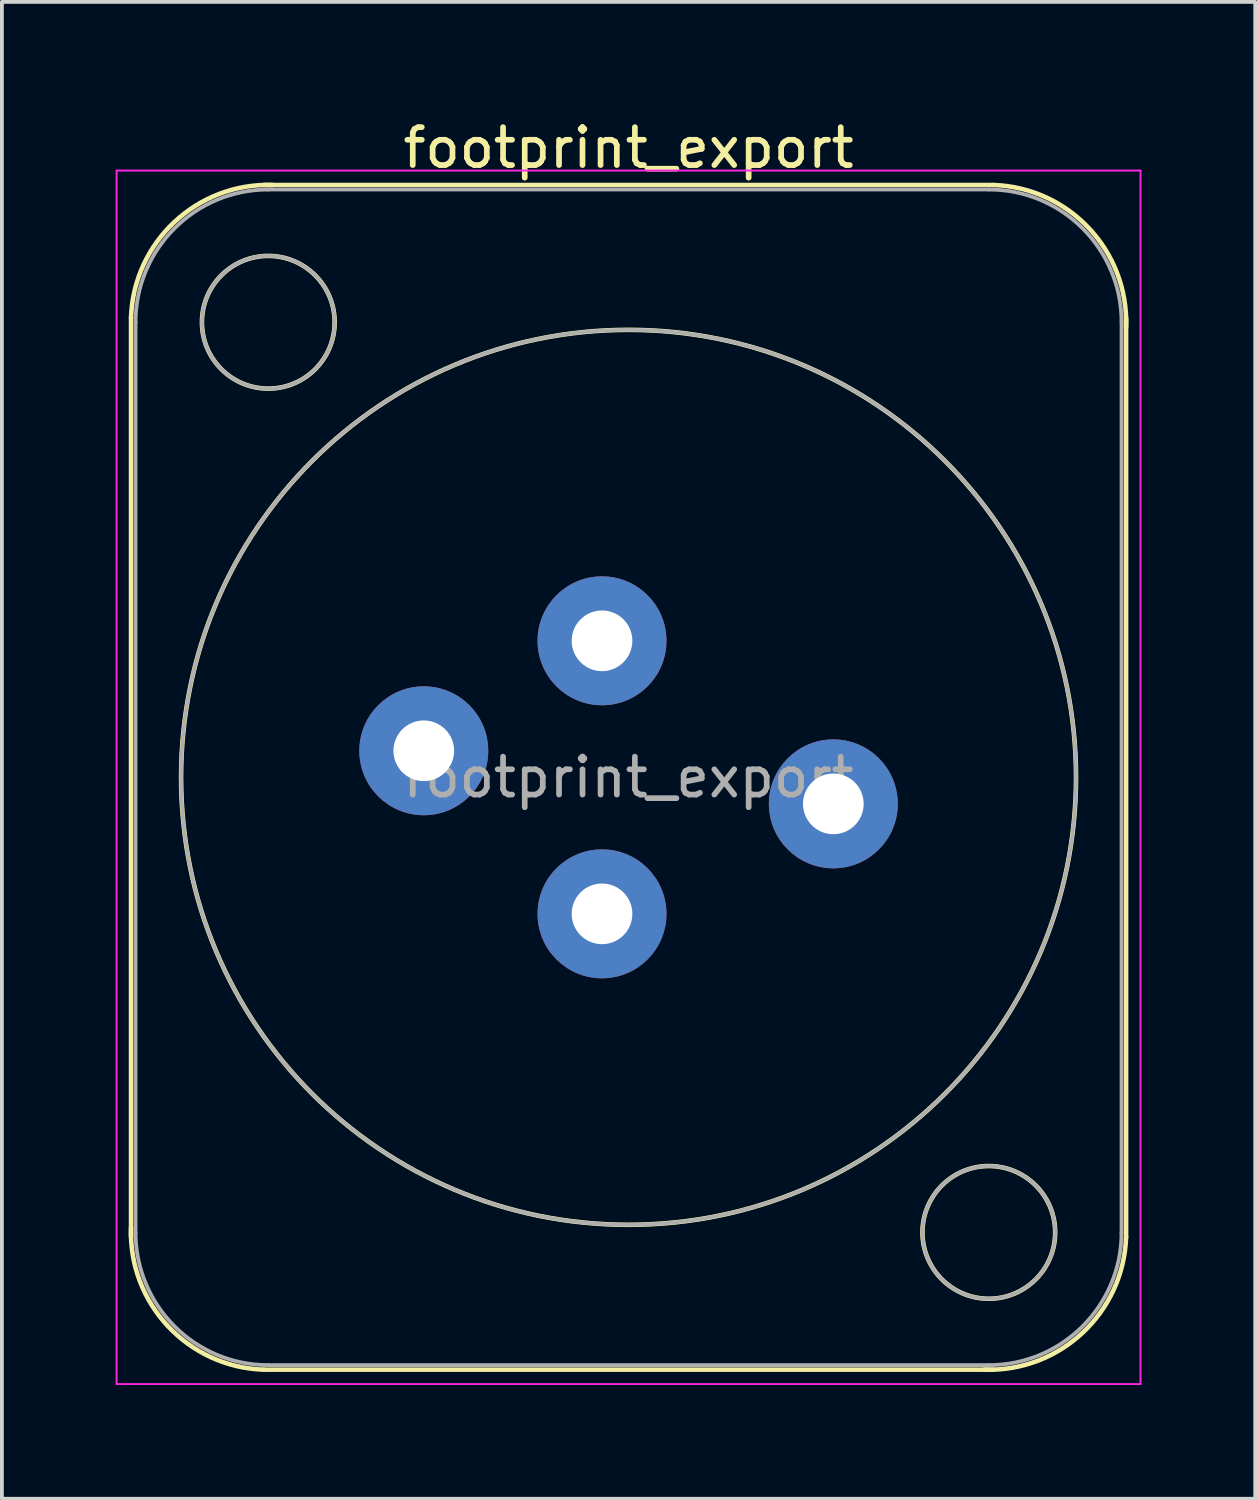
<source format=kicad_pcb>
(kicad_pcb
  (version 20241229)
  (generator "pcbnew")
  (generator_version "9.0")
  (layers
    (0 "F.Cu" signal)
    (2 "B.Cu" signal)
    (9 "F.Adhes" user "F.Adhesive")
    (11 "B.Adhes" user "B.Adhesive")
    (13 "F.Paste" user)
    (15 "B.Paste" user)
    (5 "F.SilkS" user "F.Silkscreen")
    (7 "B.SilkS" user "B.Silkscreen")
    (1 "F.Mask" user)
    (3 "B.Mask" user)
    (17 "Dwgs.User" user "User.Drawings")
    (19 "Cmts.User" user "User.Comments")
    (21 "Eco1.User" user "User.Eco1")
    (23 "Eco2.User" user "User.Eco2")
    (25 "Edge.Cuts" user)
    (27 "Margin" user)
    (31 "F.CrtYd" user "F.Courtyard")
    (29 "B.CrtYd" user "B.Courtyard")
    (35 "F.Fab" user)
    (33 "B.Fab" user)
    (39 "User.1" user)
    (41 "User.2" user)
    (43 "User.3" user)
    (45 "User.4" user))
  (footprint "footprint_export"
    (layer "F.Cu")
    (at 12.825 13.848)
    (property "Reference" "footprint_export" (at 0.7 -13 0) (layer "F.SilkS") (effects (font (size 1 1) (thickness 0.15))))
    (attr through_hole)
    (fp_line (start -12.42 15.72) (end -12.42 -8.52) (stroke (width 0.12) (type solid)) (layer "F.SilkS"))
    (fp_line (start -8.92 -12.02) (end 10.32 -12.02) (stroke (width 0.12) (type solid)) (layer "F.SilkS"))
    (fp_line (start -8.92 19.22) (end 10.32 19.22) (stroke (width 0.12) (type solid)) (layer "F.SilkS"))
    (fp_line (start 13.82 15.72) (end 13.82 -8.52) (stroke (width 0.12) (type solid)) (layer "F.SilkS"))
    (fp_arc (start -12.42 -8.52) (mid -11.274874 -11.044579) (end -8.68 -12.02) (stroke (width 0.12) (type solid)) (layer "F.SilkS"))
    (fp_arc (start -8.92 19.22) (mid -11.444579 18.074874) (end -12.42 15.48) (stroke (width 0.12) (type solid)) (layer "F.SilkS"))
    (fp_arc (start 10.32 -12.02) (mid 12.844579 -10.874874) (end 13.82 -8.28) (stroke (width 0.12) (type solid)) (layer "F.SilkS"))
    (fp_arc (start 13.82 15.72) (mid 12.674874 18.244579) (end 10.08 19.22) (stroke (width 0.12) (type solid)) (layer "F.SilkS"))
    (fp_circle (center -8.8 -8.4) (end -7.05 -8.4) (stroke (width 0.12) (type solid)) (fill no) (layer "F.SilkS"))
    (fp_circle (center 0.7 3.6) (end 12.5 3.6) (stroke (width 0.12) (type solid)) (fill no) (layer "F.SilkS"))
    (fp_circle (center 10.2 15.6) (end 11.95 15.6) (stroke (width 0.12) (type solid)) (fill no) (layer "F.SilkS"))
    (fp_line (start -12.8 -12.4) (end 14.2 -12.4) (stroke (width 0.05) (type solid)) (layer "F.CrtYd"))
    (fp_line (start -12.8 19.6) (end -12.8 -12.4) (stroke (width 0.05) (type solid)) (layer "F.CrtYd"))
    (fp_line (start -12.8 19.6) (end 14.2 19.6) (stroke (width 0.05) (type solid)) (layer "F.CrtYd"))
    (fp_line (start 14.2 19.6) (end 14.2 -12.4) (stroke (width 0.05) (type solid)) (layer "F.CrtYd"))
    (fp_line (start -12.3 15.6) (end -12.3 -8.4) (stroke (width 0.1) (type solid)) (layer "F.Fab"))
    (fp_line (start -8.8 -11.9) (end 10.2 -11.9) (stroke (width 0.1) (type solid)) (layer "F.Fab"))
    (fp_line (start -8.8 19.1) (end 10.2 19.1) (stroke (width 0.1) (type solid)) (layer "F.Fab"))
    (fp_line (start 13.7 15.6) (end 13.7 -8.4) (stroke (width 0.1) (type solid)) (layer "F.Fab"))
    (fp_arc (start -12.3 -8.4) (mid -11.274874 -10.874874) (end -8.8 -11.9) (stroke (width 0.1) (type solid)) (layer "F.Fab"))
    (fp_arc (start -8.8 19.1) (mid -11.274874 18.074874) (end -12.3 15.6) (stroke (width 0.1) (type solid)) (layer "F.Fab"))
    (fp_arc (start 10.2 -11.9) (mid 12.674874 -10.874874) (end 13.7 -8.4) (stroke (width 0.1) (type solid)) (layer "F.Fab"))
    (fp_arc (start 13.7 15.6) (mid 12.674874 18.074874) (end 10.2 19.1) (stroke (width 0.1) (type solid)) (layer "F.Fab"))
    (fp_circle (center -8.8 -8.4) (end -7.05 -8.4) (stroke (width 0.1) (type solid)) (fill no) (layer "F.Fab"))
    (fp_circle (center 0.7 3.6) (end 12.5 3.6) (stroke (width 0.1) (type solid)) (fill no) (layer "F.Fab"))
    (fp_circle (center 10.2 15.6) (end 8.45 15.6) (stroke (width 0.1) (type solid)) (fill no) (layer "F.Fab"))
    (fp_text user "${REFERENCE}" (at 0.7 3.6 0) (layer "F.Fab") (effects (font (size 1 1) (thickness 0.15))))
    (pad "1+" thru_hole circle (at 0 0) (size 3.4 3.4) (drill 1.6) (layers "*.Cu" "*.Mask"))
    (pad "1-" thru_hole circle (at -4.7 2.9) (size 3.4 3.4) (drill 1.6) (layers "*.Cu" "*.Mask"))
    (pad "2+" thru_hole circle (at 0 7.2) (size 3.4 3.4) (drill 1.6) (layers "*.Cu" "*.Mask"))
    (pad "2-" thru_hole circle (at 6.1 4.3) (size 3.4 3.4) (drill 1.6) (layers "*.Cu" "*.Mask")))
  (gr_rect
    (start -3 -3)
    (end 30.05 36.473)
    (stroke (width 0.1) (type default))
    (fill no)
    (layer "Edge.Cuts")))
</source>
